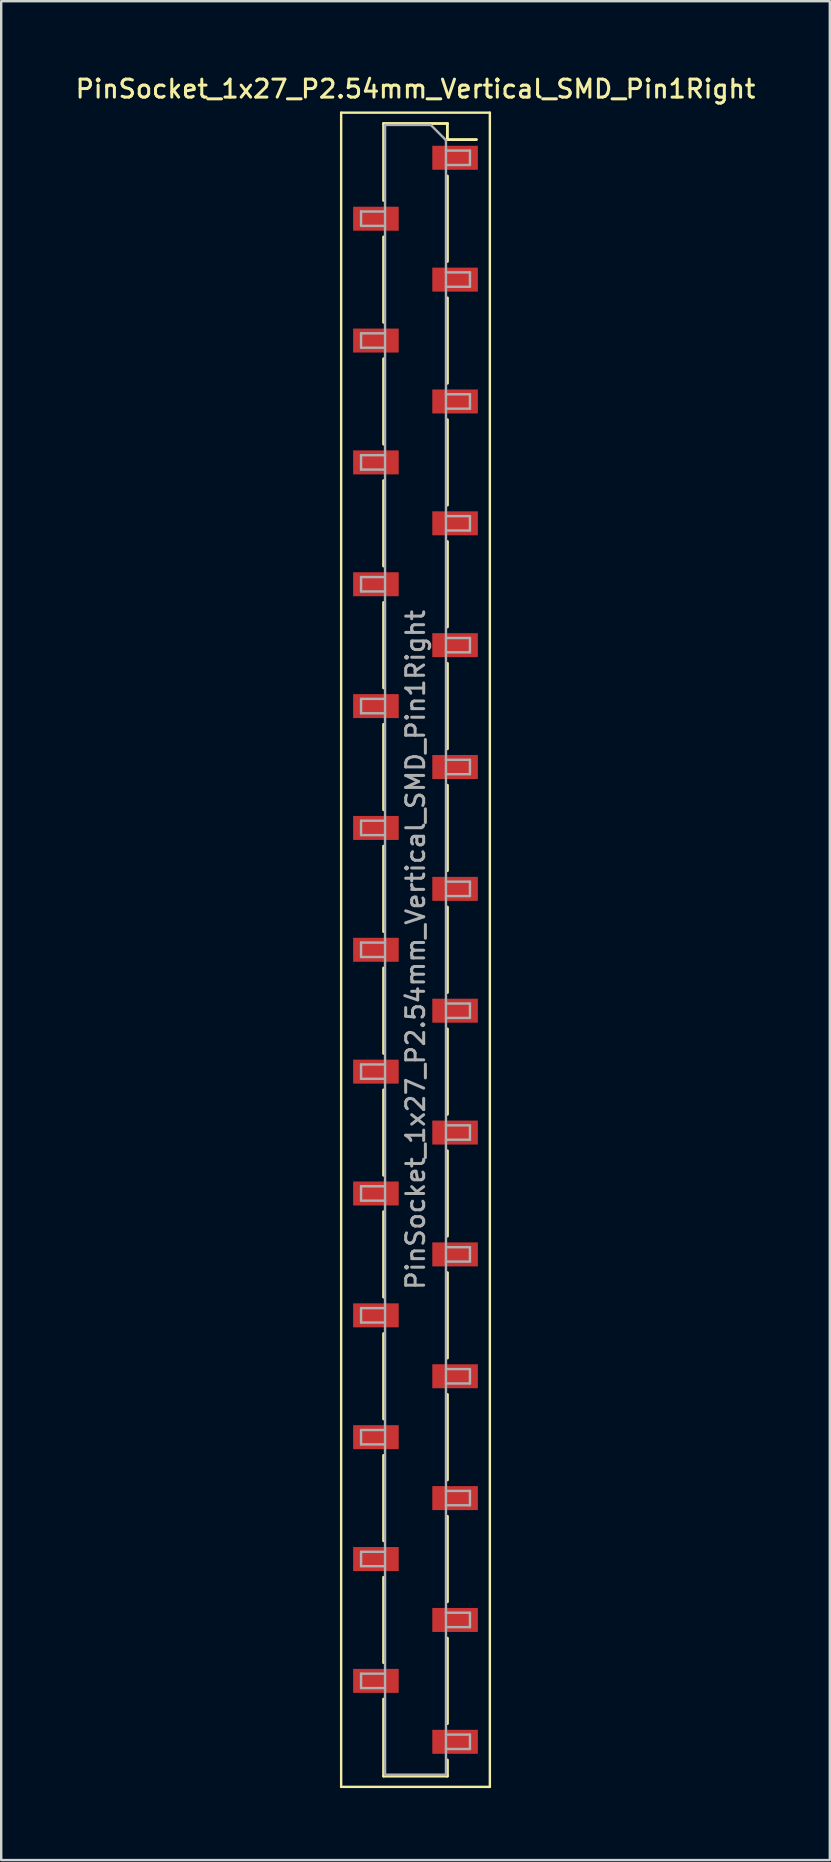
<source format=kicad_pcb>
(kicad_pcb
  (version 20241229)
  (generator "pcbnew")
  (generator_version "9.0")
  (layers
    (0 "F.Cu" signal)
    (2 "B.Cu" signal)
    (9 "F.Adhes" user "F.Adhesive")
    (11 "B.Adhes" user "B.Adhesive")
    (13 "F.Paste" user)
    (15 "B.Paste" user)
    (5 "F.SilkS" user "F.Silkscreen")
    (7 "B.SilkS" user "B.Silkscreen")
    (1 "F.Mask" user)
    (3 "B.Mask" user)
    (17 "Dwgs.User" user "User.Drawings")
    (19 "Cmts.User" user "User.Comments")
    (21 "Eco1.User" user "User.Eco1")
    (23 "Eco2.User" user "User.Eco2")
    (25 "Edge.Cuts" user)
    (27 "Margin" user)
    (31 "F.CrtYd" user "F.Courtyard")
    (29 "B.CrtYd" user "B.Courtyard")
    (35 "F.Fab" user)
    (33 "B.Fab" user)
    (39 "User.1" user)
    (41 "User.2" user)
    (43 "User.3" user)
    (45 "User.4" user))
  (footprint "PinSocket_1x27_P2.54mm_Vertical_SMD_Pin1Right"
    (layer "F.Cu")
    (at 14.273 36.548)
    (property "Reference" "PinSocket_1x27_P2.54mm_Vertical_SMD_Pin1Right" (at 0 -35.89 0) (layer "F.SilkS") (effects (font (size 0.75 0.75) (thickness 0.125))))
    (attr smd)
    (fp_line (start -3.1 -34.9) (end 3.1 -34.9) (stroke (width 0.1) (type solid)) (layer "F.SilkS"))
    (fp_line (start -3.1 34.9) (end -3.1 -34.9) (stroke (width 0.1) (type solid)) (layer "F.SilkS"))
    (fp_line (start -1.33 -34.45) (end -1.33 -31.24) (stroke (width 0.12) (type solid)) (layer "F.SilkS"))
    (fp_line (start -1.33 -34.45) (end 1.33 -34.45) (stroke (width 0.12) (type solid)) (layer "F.SilkS"))
    (fp_line (start -1.33 -29.72) (end -1.33 -26.16) (stroke (width 0.12) (type solid)) (layer "F.SilkS"))
    (fp_line (start -1.33 -24.64) (end -1.33 -21.08) (stroke (width 0.12) (type solid)) (layer "F.SilkS"))
    (fp_line (start -1.33 -19.56) (end -1.33 -16) (stroke (width 0.12) (type solid)) (layer "F.SilkS"))
    (fp_line (start -1.33 -14.48) (end -1.33 -10.92) (stroke (width 0.12) (type solid)) (layer "F.SilkS"))
    (fp_line (start -1.33 -9.4) (end -1.33 -5.84) (stroke (width 0.12) (type solid)) (layer "F.SilkS"))
    (fp_line (start -1.33 -4.32) (end -1.33 -0.76) (stroke (width 0.12) (type solid)) (layer "F.SilkS"))
    (fp_line (start -1.33 0.76) (end -1.33 4.32) (stroke (width 0.12) (type solid)) (layer "F.SilkS"))
    (fp_line (start -1.33 5.84) (end -1.33 9.4) (stroke (width 0.12) (type solid)) (layer "F.SilkS"))
    (fp_line (start -1.33 10.92) (end -1.33 14.48) (stroke (width 0.12) (type solid)) (layer "F.SilkS"))
    (fp_line (start -1.33 16) (end -1.33 19.56) (stroke (width 0.12) (type solid)) (layer "F.SilkS"))
    (fp_line (start -1.33 21.08) (end -1.33 24.64) (stroke (width 0.12) (type solid)) (layer "F.SilkS"))
    (fp_line (start -1.33 26.16) (end -1.33 29.72) (stroke (width 0.12) (type solid)) (layer "F.SilkS"))
    (fp_line (start -1.33 31.24) (end -1.33 34.45) (stroke (width 0.12) (type solid)) (layer "F.SilkS"))
    (fp_line (start -1.33 34.45) (end 1.33 34.45) (stroke (width 0.12) (type solid)) (layer "F.SilkS"))
    (fp_line (start 1.33 -34.45) (end 1.33 -33.78) (stroke (width 0.12) (type solid)) (layer "F.SilkS"))
    (fp_line (start 1.33 -33.78) (end 2.54 -33.78) (stroke (width 0.12) (type solid)) (layer "F.SilkS"))
    (fp_line (start 1.33 -32.26) (end 1.33 -28.7) (stroke (width 0.12) (type solid)) (layer "F.SilkS"))
    (fp_line (start 1.33 -27.18) (end 1.33 -23.62) (stroke (width 0.12) (type solid)) (layer "F.SilkS"))
    (fp_line (start 1.33 -22.1) (end 1.33 -18.54) (stroke (width 0.12) (type solid)) (layer "F.SilkS"))
    (fp_line (start 1.33 -17.02) (end 1.33 -13.46) (stroke (width 0.12) (type solid)) (layer "F.SilkS"))
    (fp_line (start 1.33 -11.94) (end 1.33 -8.38) (stroke (width 0.12) (type solid)) (layer "F.SilkS"))
    (fp_line (start 1.33 -6.86) (end 1.33 -3.3) (stroke (width 0.12) (type solid)) (layer "F.SilkS"))
    (fp_line (start 1.33 -1.78) (end 1.33 1.78) (stroke (width 0.12) (type solid)) (layer "F.SilkS"))
    (fp_line (start 1.33 3.3) (end 1.33 6.86) (stroke (width 0.12) (type solid)) (layer "F.SilkS"))
    (fp_line (start 1.33 8.38) (end 1.33 11.94) (stroke (width 0.12) (type solid)) (layer "F.SilkS"))
    (fp_line (start 1.33 13.46) (end 1.33 17.02) (stroke (width 0.12) (type solid)) (layer "F.SilkS"))
    (fp_line (start 1.33 18.54) (end 1.33 22.1) (stroke (width 0.12) (type solid)) (layer "F.SilkS"))
    (fp_line (start 1.33 23.62) (end 1.33 27.18) (stroke (width 0.12) (type solid)) (layer "F.SilkS"))
    (fp_line (start 1.33 28.7) (end 1.33 32.26) (stroke (width 0.12) (type solid)) (layer "F.SilkS"))
    (fp_line (start 1.33 33.78) (end 1.33 34.45) (stroke (width 0.12) (type solid)) (layer "F.SilkS"))
    (fp_line (start 3.1 -34.9) (end 3.1 34.9) (stroke (width 0.1) (type solid)) (layer "F.SilkS"))
    (fp_line (start 3.1 34.9) (end -3.1 34.9) (stroke (width 0.1) (type solid)) (layer "F.SilkS"))
    (fp_line (start -2.27 -30.78) (end -1.27 -30.78) (stroke (width 0.1) (type solid)) (layer "F.Fab"))
    (fp_line (start -2.27 -30.18) (end -2.27 -30.78) (stroke (width 0.1) (type solid)) (layer "F.Fab"))
    (fp_line (start -2.27 -25.7) (end -1.27 -25.7) (stroke (width 0.1) (type solid)) (layer "F.Fab"))
    (fp_line (start -2.27 -25.1) (end -2.27 -25.7) (stroke (width 0.1) (type solid)) (layer "F.Fab"))
    (fp_line (start -2.27 -20.62) (end -1.27 -20.62) (stroke (width 0.1) (type solid)) (layer "F.Fab"))
    (fp_line (start -2.27 -20.02) (end -2.27 -20.62) (stroke (width 0.1) (type solid)) (layer "F.Fab"))
    (fp_line (start -2.27 -15.54) (end -1.27 -15.54) (stroke (width 0.1) (type solid)) (layer "F.Fab"))
    (fp_line (start -2.27 -14.94) (end -2.27 -15.54) (stroke (width 0.1) (type solid)) (layer "F.Fab"))
    (fp_line (start -2.27 -10.46) (end -1.27 -10.46) (stroke (width 0.1) (type solid)) (layer "F.Fab"))
    (fp_line (start -2.27 -9.86) (end -2.27 -10.46) (stroke (width 0.1) (type solid)) (layer "F.Fab"))
    (fp_line (start -2.27 -5.38) (end -1.27 -5.38) (stroke (width 0.1) (type solid)) (layer "F.Fab"))
    (fp_line (start -2.27 -4.78) (end -2.27 -5.38) (stroke (width 0.1) (type solid)) (layer "F.Fab"))
    (fp_line (start -2.27 -0.3) (end -1.27 -0.3) (stroke (width 0.1) (type solid)) (layer "F.Fab"))
    (fp_line (start -2.27 0.3) (end -2.27 -0.3) (stroke (width 0.1) (type solid)) (layer "F.Fab"))
    (fp_line (start -2.27 4.78) (end -1.27 4.78) (stroke (width 0.1) (type solid)) (layer "F.Fab"))
    (fp_line (start -2.27 5.38) (end -2.27 4.78) (stroke (width 0.1) (type solid)) (layer "F.Fab"))
    (fp_line (start -2.27 9.86) (end -1.27 9.86) (stroke (width 0.1) (type solid)) (layer "F.Fab"))
    (fp_line (start -2.27 10.46) (end -2.27 9.86) (stroke (width 0.1) (type solid)) (layer "F.Fab"))
    (fp_line (start -2.27 14.94) (end -1.27 14.94) (stroke (width 0.1) (type solid)) (layer "F.Fab"))
    (fp_line (start -2.27 15.54) (end -2.27 14.94) (stroke (width 0.1) (type solid)) (layer "F.Fab"))
    (fp_line (start -2.27 20.02) (end -1.27 20.02) (stroke (width 0.1) (type solid)) (layer "F.Fab"))
    (fp_line (start -2.27 20.62) (end -2.27 20.02) (stroke (width 0.1) (type solid)) (layer "F.Fab"))
    (fp_line (start -2.27 25.1) (end -1.27 25.1) (stroke (width 0.1) (type solid)) (layer "F.Fab"))
    (fp_line (start -2.27 25.7) (end -2.27 25.1) (stroke (width 0.1) (type solid)) (layer "F.Fab"))
    (fp_line (start -2.27 30.18) (end -1.27 30.18) (stroke (width 0.1) (type solid)) (layer "F.Fab"))
    (fp_line (start -2.27 30.78) (end -2.27 30.18) (stroke (width 0.1) (type solid)) (layer "F.Fab"))
    (fp_line (start -1.27 -34.39) (end 0.635 -34.39) (stroke (width 0.1) (type solid)) (layer "F.Fab"))
    (fp_line (start -1.27 -30.18) (end -2.27 -30.18) (stroke (width 0.1) (type solid)) (layer "F.Fab"))
    (fp_line (start -1.27 -25.1) (end -2.27 -25.1) (stroke (width 0.1) (type solid)) (layer "F.Fab"))
    (fp_line (start -1.27 -20.02) (end -2.27 -20.02) (stroke (width 0.1) (type solid)) (layer "F.Fab"))
    (fp_line (start -1.27 -14.94) (end -2.27 -14.94) (stroke (width 0.1) (type solid)) (layer "F.Fab"))
    (fp_line (start -1.27 -9.86) (end -2.27 -9.86) (stroke (width 0.1) (type solid)) (layer "F.Fab"))
    (fp_line (start -1.27 -4.78) (end -2.27 -4.78) (stroke (width 0.1) (type solid)) (layer "F.Fab"))
    (fp_line (start -1.27 0.3) (end -2.27 0.3) (stroke (width 0.1) (type solid)) (layer "F.Fab"))
    (fp_line (start -1.27 5.38) (end -2.27 5.38) (stroke (width 0.1) (type solid)) (layer "F.Fab"))
    (fp_line (start -1.27 10.46) (end -2.27 10.46) (stroke (width 0.1) (type solid)) (layer "F.Fab"))
    (fp_line (start -1.27 15.54) (end -2.27 15.54) (stroke (width 0.1) (type solid)) (layer "F.Fab"))
    (fp_line (start -1.27 20.62) (end -2.27 20.62) (stroke (width 0.1) (type solid)) (layer "F.Fab"))
    (fp_line (start -1.27 25.7) (end -2.27 25.7) (stroke (width 0.1) (type solid)) (layer "F.Fab"))
    (fp_line (start -1.27 30.78) (end -2.27 30.78) (stroke (width 0.1) (type solid)) (layer "F.Fab"))
    (fp_line (start -1.27 34.39) (end -1.27 -34.39) (stroke (width 0.1) (type solid)) (layer "F.Fab"))
    (fp_line (start 0.635 -34.39) (end 1.27 -33.755) (stroke (width 0.1) (type solid)) (layer "F.Fab"))
    (fp_line (start 1.27 -33.755) (end 1.27 34.39) (stroke (width 0.1) (type solid)) (layer "F.Fab"))
    (fp_line (start 1.27 -33.32) (end 2.27 -33.32) (stroke (width 0.1) (type solid)) (layer "F.Fab"))
    (fp_line (start 1.27 -28.24) (end 2.27 -28.24) (stroke (width 0.1) (type solid)) (layer "F.Fab"))
    (fp_line (start 1.27 -23.16) (end 2.27 -23.16) (stroke (width 0.1) (type solid)) (layer "F.Fab"))
    (fp_line (start 1.27 -18.08) (end 2.27 -18.08) (stroke (width 0.1) (type solid)) (layer "F.Fab"))
    (fp_line (start 1.27 -13) (end 2.27 -13) (stroke (width 0.1) (type solid)) (layer "F.Fab"))
    (fp_line (start 1.27 -7.92) (end 2.27 -7.92) (stroke (width 0.1) (type solid)) (layer "F.Fab"))
    (fp_line (start 1.27 -2.84) (end 2.27 -2.84) (stroke (width 0.1) (type solid)) (layer "F.Fab"))
    (fp_line (start 1.27 2.24) (end 2.27 2.24) (stroke (width 0.1) (type solid)) (layer "F.Fab"))
    (fp_line (start 1.27 7.32) (end 2.27 7.32) (stroke (width 0.1) (type solid)) (layer "F.Fab"))
    (fp_line (start 1.27 12.4) (end 2.27 12.4) (stroke (width 0.1) (type solid)) (layer "F.Fab"))
    (fp_line (start 1.27 17.48) (end 2.27 17.48) (stroke (width 0.1) (type solid)) (layer "F.Fab"))
    (fp_line (start 1.27 22.56) (end 2.27 22.56) (stroke (width 0.1) (type solid)) (layer "F.Fab"))
    (fp_line (start 1.27 27.64) (end 2.27 27.64) (stroke (width 0.1) (type solid)) (layer "F.Fab"))
    (fp_line (start 1.27 32.72) (end 2.27 32.72) (stroke (width 0.1) (type solid)) (layer "F.Fab"))
    (fp_line (start 1.27 34.39) (end -1.27 34.39) (stroke (width 0.1) (type solid)) (layer "F.Fab"))
    (fp_line (start 2.27 -33.32) (end 2.27 -32.72) (stroke (width 0.1) (type solid)) (layer "F.Fab"))
    (fp_line (start 2.27 -32.72) (end 1.27 -32.72) (stroke (width 0.1) (type solid)) (layer "F.Fab"))
    (fp_line (start 2.27 -28.24) (end 2.27 -27.64) (stroke (width 0.1) (type solid)) (layer "F.Fab"))
    (fp_line (start 2.27 -27.64) (end 1.27 -27.64) (stroke (width 0.1) (type solid)) (layer "F.Fab"))
    (fp_line (start 2.27 -23.16) (end 2.27 -22.56) (stroke (width 0.1) (type solid)) (layer "F.Fab"))
    (fp_line (start 2.27 -22.56) (end 1.27 -22.56) (stroke (width 0.1) (type solid)) (layer "F.Fab"))
    (fp_line (start 2.27 -18.08) (end 2.27 -17.48) (stroke (width 0.1) (type solid)) (layer "F.Fab"))
    (fp_line (start 2.27 -17.48) (end 1.27 -17.48) (stroke (width 0.1) (type solid)) (layer "F.Fab"))
    (fp_line (start 2.27 -13) (end 2.27 -12.4) (stroke (width 0.1) (type solid)) (layer "F.Fab"))
    (fp_line (start 2.27 -12.4) (end 1.27 -12.4) (stroke (width 0.1) (type solid)) (layer "F.Fab"))
    (fp_line (start 2.27 -7.92) (end 2.27 -7.32) (stroke (width 0.1) (type solid)) (layer "F.Fab"))
    (fp_line (start 2.27 -7.32) (end 1.27 -7.32) (stroke (width 0.1) (type solid)) (layer "F.Fab"))
    (fp_line (start 2.27 -2.84) (end 2.27 -2.24) (stroke (width 0.1) (type solid)) (layer "F.Fab"))
    (fp_line (start 2.27 -2.24) (end 1.27 -2.24) (stroke (width 0.1) (type solid)) (layer "F.Fab"))
    (fp_line (start 2.27 2.24) (end 2.27 2.84) (stroke (width 0.1) (type solid)) (layer "F.Fab"))
    (fp_line (start 2.27 2.84) (end 1.27 2.84) (stroke (width 0.1) (type solid)) (layer "F.Fab"))
    (fp_line (start 2.27 7.32) (end 2.27 7.92) (stroke (width 0.1) (type solid)) (layer "F.Fab"))
    (fp_line (start 2.27 7.92) (end 1.27 7.92) (stroke (width 0.1) (type solid)) (layer "F.Fab"))
    (fp_line (start 2.27 12.4) (end 2.27 13) (stroke (width 0.1) (type solid)) (layer "F.Fab"))
    (fp_line (start 2.27 13) (end 1.27 13) (stroke (width 0.1) (type solid)) (layer "F.Fab"))
    (fp_line (start 2.27 17.48) (end 2.27 18.08) (stroke (width 0.1) (type solid)) (layer "F.Fab"))
    (fp_line (start 2.27 18.08) (end 1.27 18.08) (stroke (width 0.1) (type solid)) (layer "F.Fab"))
    (fp_line (start 2.27 22.56) (end 2.27 23.16) (stroke (width 0.1) (type solid)) (layer "F.Fab"))
    (fp_line (start 2.27 23.16) (end 1.27 23.16) (stroke (width 0.1) (type solid)) (layer "F.Fab"))
    (fp_line (start 2.27 27.64) (end 2.27 28.24) (stroke (width 0.1) (type solid)) (layer "F.Fab"))
    (fp_line (start 2.27 28.24) (end 1.27 28.24) (stroke (width 0.1) (type solid)) (layer "F.Fab"))
    (fp_line (start 2.27 32.72) (end 2.27 33.32) (stroke (width 0.1) (type solid)) (layer "F.Fab"))
    (fp_line (start 2.27 33.32) (end 1.27 33.32) (stroke (width 0.1) (type solid)) (layer "F.Fab"))
    (fp_text user "${REFERENCE}" (at 0 0 90) (layer "F.Fab") (effects (font (size 0.75 0.75) (thickness 0.125))))
    (pad "1" smd rect (at 1.65 -33.02) (size 1.9 1) (layers "F.Cu" "F.Mask" "F.Paste"))
    (pad "2" smd rect (at -1.65 -30.48) (size 1.9 1) (layers "F.Cu" "F.Mask" "F.Paste"))
    (pad "3" smd rect (at 1.65 -27.94) (size 1.9 1) (layers "F.Cu" "F.Mask" "F.Paste"))
    (pad "4" smd rect (at -1.65 -25.4) (size 1.9 1) (layers "F.Cu" "F.Mask" "F.Paste"))
    (pad "5" smd rect (at 1.65 -22.86) (size 1.9 1) (layers "F.Cu" "F.Mask" "F.Paste"))
    (pad "6" smd rect (at -1.65 -20.32) (size 1.9 1) (layers "F.Cu" "F.Mask" "F.Paste"))
    (pad "7" smd rect (at 1.65 -17.78) (size 1.9 1) (layers "F.Cu" "F.Mask" "F.Paste"))
    (pad "8" smd rect (at -1.65 -15.24) (size 1.9 1) (layers "F.Cu" "F.Mask" "F.Paste"))
    (pad "9" smd rect (at 1.65 -12.7) (size 1.9 1) (layers "F.Cu" "F.Mask" "F.Paste"))
    (pad "10" smd rect (at -1.65 -10.16) (size 1.9 1) (layers "F.Cu" "F.Mask" "F.Paste"))
    (pad "11" smd rect (at 1.65 -7.62) (size 1.9 1) (layers "F.Cu" "F.Mask" "F.Paste"))
    (pad "12" smd rect (at -1.65 -5.08) (size 1.9 1) (layers "F.Cu" "F.Mask" "F.Paste"))
    (pad "13" smd rect (at 1.65 -2.54) (size 1.9 1) (layers "F.Cu" "F.Mask" "F.Paste"))
    (pad "14" smd rect (at -1.65 0) (size 1.9 1) (layers "F.Cu" "F.Mask" "F.Paste"))
    (pad "15" smd rect (at 1.65 2.54) (size 1.9 1) (layers "F.Cu" "F.Mask" "F.Paste"))
    (pad "16" smd rect (at -1.65 5.08) (size 1.9 1) (layers "F.Cu" "F.Mask" "F.Paste"))
    (pad "17" smd rect (at 1.65 7.62) (size 1.9 1) (layers "F.Cu" "F.Mask" "F.Paste"))
    (pad "18" smd rect (at -1.65 10.16) (size 1.9 1) (layers "F.Cu" "F.Mask" "F.Paste"))
    (pad "19" smd rect (at 1.65 12.7) (size 1.9 1) (layers "F.Cu" "F.Mask" "F.Paste"))
    (pad "20" smd rect (at -1.65 15.24) (size 1.9 1) (layers "F.Cu" "F.Mask" "F.Paste"))
    (pad "21" smd rect (at 1.65 17.78) (size 1.9 1) (layers "F.Cu" "F.Mask" "F.Paste"))
    (pad "22" smd rect (at -1.65 20.32) (size 1.9 1) (layers "F.Cu" "F.Mask" "F.Paste"))
    (pad "23" smd rect (at 1.65 22.86) (size 1.9 1) (layers "F.Cu" "F.Mask" "F.Paste"))
    (pad "24" smd rect (at -1.65 25.4) (size 1.9 1) (layers "F.Cu" "F.Mask" "F.Paste"))
    (pad "25" smd rect (at 1.65 27.94) (size 1.9 1) (layers "F.Cu" "F.Mask" "F.Paste"))
    (pad "26" smd rect (at -1.65 30.48) (size 1.9 1) (layers "F.Cu" "F.Mask" "F.Paste"))
    (pad "27" smd rect (at 1.65 33.02) (size 1.9 1) (layers "F.Cu" "F.Mask" "F.Paste")))
  (gr_rect
    (start -3 -3)
    (end 31.546 74.498)
    (stroke (width 0.1) (type default))
    (fill no)
    (layer "Edge.Cuts")))
</source>
